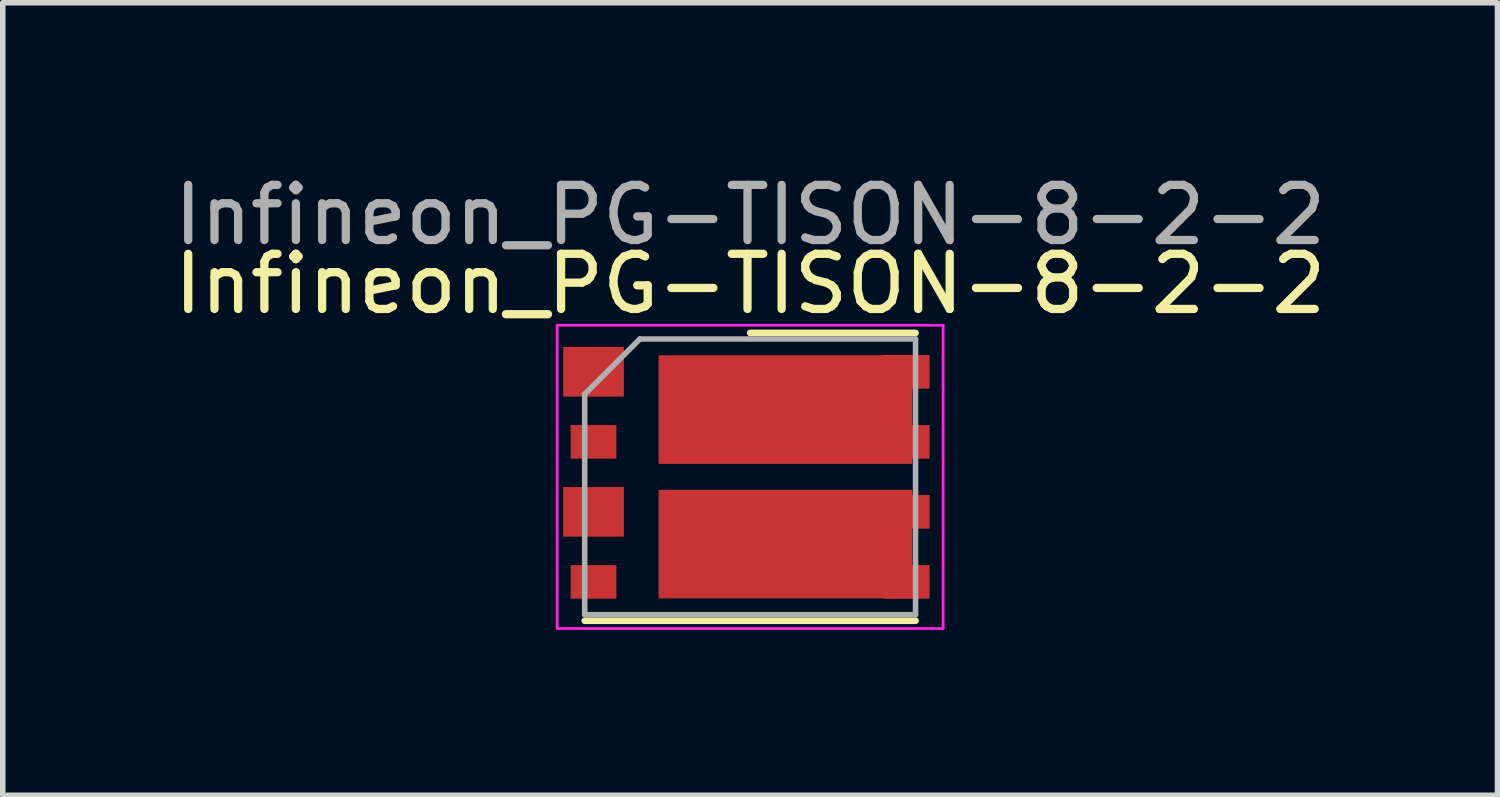
<source format=kicad_pcb>
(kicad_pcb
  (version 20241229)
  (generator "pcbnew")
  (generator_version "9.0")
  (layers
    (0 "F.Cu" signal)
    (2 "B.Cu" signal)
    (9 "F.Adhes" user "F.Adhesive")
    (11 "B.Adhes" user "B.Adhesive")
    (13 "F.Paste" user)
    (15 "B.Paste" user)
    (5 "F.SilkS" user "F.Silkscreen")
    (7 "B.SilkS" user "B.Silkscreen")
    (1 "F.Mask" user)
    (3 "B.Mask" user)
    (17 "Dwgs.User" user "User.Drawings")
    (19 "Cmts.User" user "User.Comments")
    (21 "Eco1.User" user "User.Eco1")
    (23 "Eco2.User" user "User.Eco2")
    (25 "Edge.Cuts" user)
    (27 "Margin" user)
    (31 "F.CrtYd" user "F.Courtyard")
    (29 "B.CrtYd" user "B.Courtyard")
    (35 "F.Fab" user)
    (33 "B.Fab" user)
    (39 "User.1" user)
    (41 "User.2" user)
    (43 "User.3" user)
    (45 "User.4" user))
  (footprint "Infineon_PG-TISON-8-2-2"
    (layer "F.Cu")
    (at 10.554 5.598)
    (property "Reference" "Infineon_PG-TISON-8-2-2" (at 0 -3.5 0) (layer "F.SilkS") (effects (font (size 1 1) (thickness 0.15))))
    (attr smd)
    (fp_line (start 3 -2.61) (end 0 -2.61) (stroke (width 0.12) (type solid)) (layer "F.SilkS"))
    (fp_line (start 3 2.61) (end -3 2.61) (stroke (width 0.12) (type solid)) (layer "F.SilkS"))
    (fp_line (start -3.5 -2.75) (end 3.5 -2.75) (stroke (width 0.05) (type solid)) (layer "F.CrtYd"))
    (fp_line (start -3.5 2.75) (end -3.5 -2.75) (stroke (width 0.05) (type solid)) (layer "F.CrtYd"))
    (fp_line (start 3.5 -2.75) (end 3.5 2.75) (stroke (width 0.05) (type solid)) (layer "F.CrtYd"))
    (fp_line (start 3.5 2.75) (end -3.5 2.75) (stroke (width 0.05) (type solid)) (layer "F.CrtYd"))
    (fp_line (start -3 -1.5) (end -3 2.5) (stroke (width 0.1) (type solid)) (layer "F.Fab"))
    (fp_line (start -2 -2.5) (end -3 -1.5) (stroke (width 0.1) (type solid)) (layer "F.Fab"))
    (fp_line (start -2 -2.5) (end 3 -2.5) (stroke (width 0.1) (type solid)) (layer "F.Fab"))
    (fp_line (start 3 -2.5) (end 3 2.5) (stroke (width 0.1) (type solid)) (layer "F.Fab"))
    (fp_line (start 3 2.5) (end -3 2.5) (stroke (width 0.1) (type solid)) (layer "F.Fab"))
    (fp_text user "${REFERENCE}" (at 0 -4.75 0) (layer "F.Fab") (effects (font (size 1 1) (thickness 0.15))))
    (pad "" smd rect (at -2.84 -0.635) (size 0.73 0.51) (layers "F.Paste"))
    (pad "" smd rect (at -2.84 0.635) (size 0.73 0.51) (layers "F.Paste"))
    (pad "" smd rect (at -2.84 1.905) (size 0.73 0.51) (layers "F.Paste"))
    (pad "1" smd rect (at -2.84 -1.905) (size 1.1 0.9) (layers "F.Cu" "F.Mask" "F.Paste"))
    (pad "2" smd rect (at -2.84 -0.635) (size 0.83 0.61) (layers "F.Cu" "F.Mask" "F.Paste"))
    (pad "3" smd rect (at -2.84 0.635) (size 1.1 0.9) (layers "F.Cu" "F.Mask" "F.Paste"))
    (pad "4" smd rect (at -2.84 1.905) (size 0.83 0.61) (layers "F.Cu" "F.Mask" "F.Paste"))
    (pad "5" smd rect (at 0.64 1.22) (size 4.6 1.97) (layers "F.Cu" "F.Mask" "F.Paste"))
    (pad "5" smd rect (at 2.84 1.905) (size 0.83 0.61) (layers "F.Cu" "F.Mask" "F.Paste"))
    (pad "6" smd rect (at 2.84 0.635) (size 0.83 0.61) (layers "F.Cu" "F.Mask" "F.Paste"))
    (pad "7" smd rect (at 2.84 -0.635) (size 0.83 0.61) (layers "F.Cu" "F.Mask" "F.Paste"))
    (pad "8" smd rect (at 0.64 -1.22) (size 4.6 1.97) (layers "F.Cu" "F.Mask" "F.Paste"))
    (pad "8" smd rect (at 2.84 -1.905) (size 0.83 0.61) (layers "F.Cu" "F.Mask" "F.Paste")))
  (gr_rect
    (start -3 -3)
    (end 24.107 11.373)
    (stroke (width 0.1) (type default))
    (fill no)
    (layer "Edge.Cuts")))
</source>
